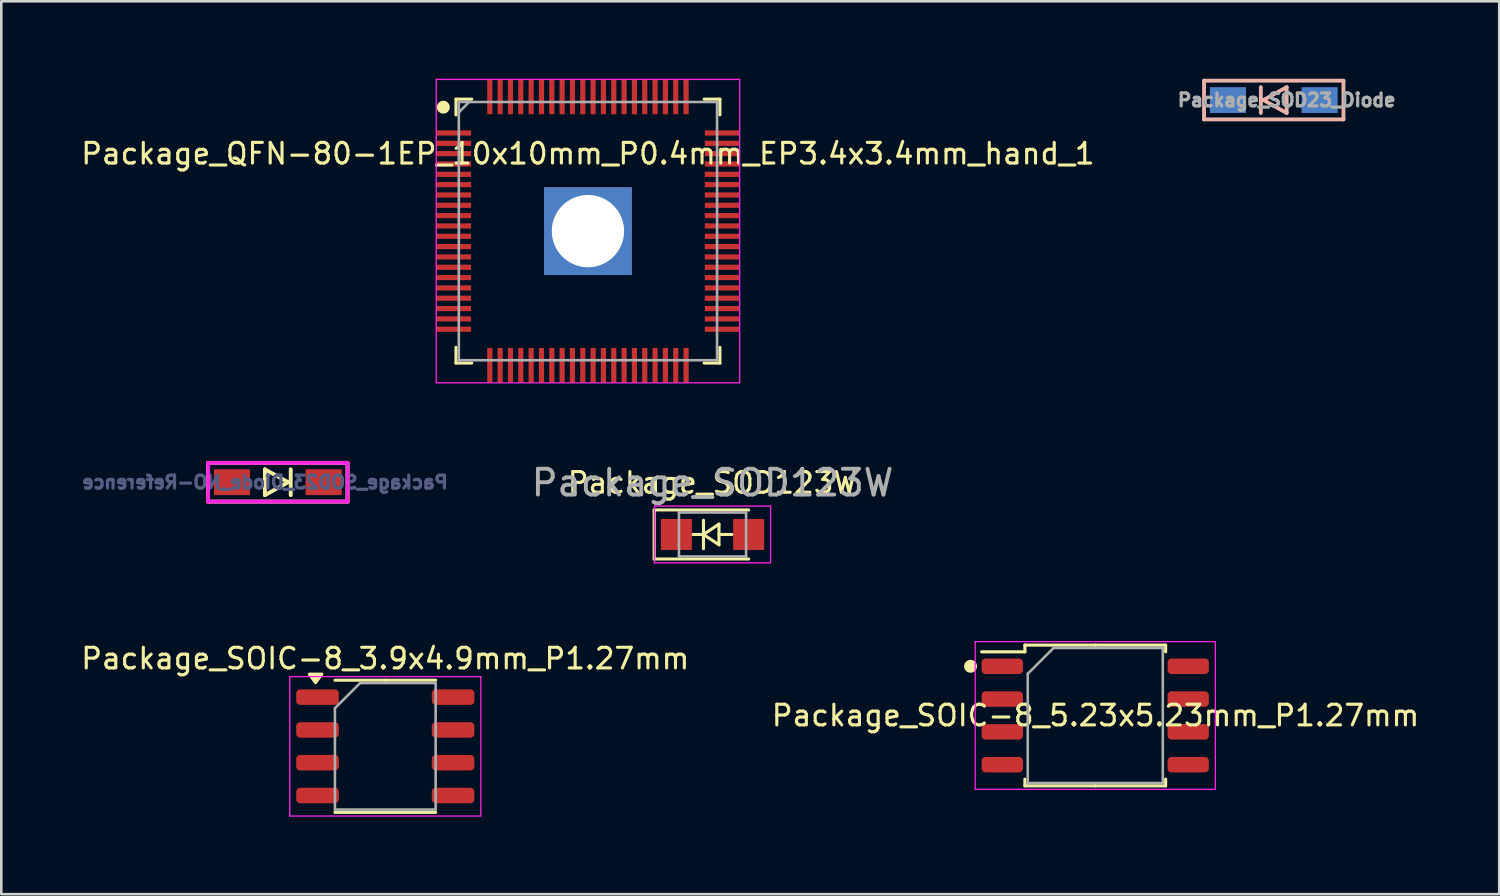
<source format=kicad_pcb>
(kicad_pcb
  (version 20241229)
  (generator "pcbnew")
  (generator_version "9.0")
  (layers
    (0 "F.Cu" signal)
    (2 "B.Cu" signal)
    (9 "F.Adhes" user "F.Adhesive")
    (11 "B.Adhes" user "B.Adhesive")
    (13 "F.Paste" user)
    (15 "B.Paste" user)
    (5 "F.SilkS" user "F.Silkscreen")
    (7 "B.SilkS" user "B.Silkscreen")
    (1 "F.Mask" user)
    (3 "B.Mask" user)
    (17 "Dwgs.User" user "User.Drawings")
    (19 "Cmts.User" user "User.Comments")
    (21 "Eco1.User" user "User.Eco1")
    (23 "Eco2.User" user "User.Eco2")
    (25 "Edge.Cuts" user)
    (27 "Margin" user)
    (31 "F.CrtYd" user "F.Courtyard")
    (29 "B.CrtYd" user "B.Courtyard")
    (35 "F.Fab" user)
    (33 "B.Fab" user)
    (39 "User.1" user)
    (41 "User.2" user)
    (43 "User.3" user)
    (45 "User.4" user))
  (footprint "Package_SOD123W"
    (layer "F.Cu")
    (at 24.543 17.648)
    (property "Reference" "Package_SOD123W" (at 0 -2 0) (layer "F.SilkS") (effects (font (size 0.8 0.8) (thickness 0.12))))
    (attr smd)
    (fp_line (start -2.26 -0.95) (end -2.26 0.95) (stroke (width 0.12) (type solid)) (layer "F.SilkS"))
    (fp_line (start -2.26 -0.95) (end 1.4 -0.95) (stroke (width 0.12) (type solid)) (layer "F.SilkS"))
    (fp_line (start -2.26 0.95) (end 1.4 0.95) (stroke (width 0.12) (type solid)) (layer "F.SilkS"))
    (fp_line (start -0.75 0) (end -0.35 0) (stroke (width 0.12) (type solid)) (layer "F.SilkS"))
    (fp_line (start -0.35 -0.55) (end -0.35 0.55) (stroke (width 0.12) (type solid)) (layer "F.SilkS"))
    (fp_line (start -0.35 0) (end 0.25 -0.4) (stroke (width 0.12) (type solid)) (layer "F.SilkS"))
    (fp_line (start -0.35 0) (end 0.25 0.4) (stroke (width 0.12) (type solid)) (layer "F.SilkS"))
    (fp_line (start 0.25 -0.4) (end 0.25 0.4) (stroke (width 0.12) (type solid)) (layer "F.SilkS"))
    (fp_line (start 0.75 0) (end 0.25 0) (stroke (width 0.12) (type solid)) (layer "F.SilkS"))
    (fp_line (start -2.25 -1.1) (end -2.25 1.1) (stroke (width 0.05) (type solid)) (layer "F.CrtYd"))
    (fp_line (start -2.25 -1.1) (end 2.25 -1.1) (stroke (width 0.05) (type solid)) (layer "F.CrtYd"))
    (fp_line (start 2.25 -1.1) (end 2.25 1.1) (stroke (width 0.05) (type solid)) (layer "F.CrtYd"))
    (fp_line (start 2.25 1.1) (end -2.25 1.1) (stroke (width 0.05) (type solid)) (layer "F.CrtYd"))
    (fp_line (start -1.3 -0.85) (end 1.3 -0.85) (stroke (width 0.1) (type solid)) (layer "F.Fab"))
    (fp_line (start -1.3 0.85) (end -1.3 -0.85) (stroke (width 0.1) (type solid)) (layer "F.Fab"))
    (fp_line (start 1.3 -0.85) (end 1.3 0.85) (stroke (width 0.1) (type solid)) (layer "F.Fab"))
    (fp_line (start 1.3 0.85) (end -1.3 0.85) (stroke (width 0.1) (type solid)) (layer "F.Fab"))
    (fp_text user "${REFERENCE}" (at 0 -2 0) (layer "F.Fab") (effects (font (size 1 1) (thickness 0.15))))
    (pad "1" smd rect (at -1.4 0) (size 1.2 1.2) (layers "F.Cu" "F.Mask" "F.Paste"))
    (pad "2" smd rect (at 1.4 0) (size 1.2 1.2) (layers "F.Cu" "F.Mask" "F.Paste")))
  (footprint "Package_QFN-80-1EP_10x10mm_P0.4mm_EP3.4x3.4mm_hand_1"
    (layer "F.Cu")
    (at 19.719 5.9)
    (property "Reference" "Package_QFN-80-1EP_10x10mm_P0.4mm_EP3.4x3.4mm_hand_1" (at 0 -3 0) (layer "F.SilkS") (effects (font (size 0.8 0.8) (thickness 0.12))))
    (attr smd)
    (fp_line (start -5.11 -5.11) (end -5.11 -4.5) (stroke (width 0.12) (type solid)) (layer "F.SilkS"))
    (fp_line (start -5.11 5.11) (end -5.11 4.5) (stroke (width 0.12) (type solid)) (layer "F.SilkS"))
    (fp_line (start -4.5 -5.11) (end -5.11 -5.11) (stroke (width 0.12) (type solid)) (layer "F.SilkS"))
    (fp_line (start -4.5 5.11) (end -5.11 5.11) (stroke (width 0.12) (type solid)) (layer "F.SilkS"))
    (fp_line (start 4.5 -5.11) (end 5.11 -5.11) (stroke (width 0.12) (type solid)) (layer "F.SilkS"))
    (fp_line (start 4.5 5.11) (end 5.11 5.11) (stroke (width 0.12) (type solid)) (layer "F.SilkS"))
    (fp_line (start 5.11 -5.11) (end 5.11 -4.5) (stroke (width 0.12) (type solid)) (layer "F.SilkS"))
    (fp_line (start 5.11 5.11) (end 5.11 4.5) (stroke (width 0.12) (type solid)) (layer "F.SilkS"))
    (fp_circle (center -5.6 -4.8) (end -5.45 -4.8) (stroke (width 0.2) (type solid)) (fill yes) (layer "F.SilkS"))
    (fp_line (start -5.875 -5.875) (end 5.875 -5.875) (stroke (width 0.05) (type solid)) (layer "F.CrtYd"))
    (fp_line (start -5.875 5.875) (end -5.875 -5.875) (stroke (width 0.05) (type solid)) (layer "F.CrtYd"))
    (fp_line (start 5.875 -5.875) (end 5.875 5.875) (stroke (width 0.05) (type solid)) (layer "F.CrtYd"))
    (fp_line (start 5.875 5.875) (end -5.875 5.875) (stroke (width 0.05) (type solid)) (layer "F.CrtYd"))
    (fp_line (start -5 -5) (end 5 -5) (stroke (width 0.1) (type solid)) (layer "F.Fab"))
    (fp_line (start -5 -4.6) (end -4.6 -5) (stroke (width 0.1) (type solid)) (layer "F.Fab"))
    (fp_line (start -5 5) (end -5 -5) (stroke (width 0.1) (type solid)) (layer "F.Fab"))
    (fp_line (start 5 -5) (end 5 5) (stroke (width 0.1) (type solid)) (layer "F.Fab"))
    (fp_line (start 5 5) (end -5 5) (stroke (width 0.1) (type solid)) (layer "F.Fab"))
    (pad "1" smd rect (at -5.2 -3.8 90) (size 0.2 1.35) (layers "F.Cu" "F.Mask" "F.Paste"))
    (pad "2" smd rect (at -5.2 -3.4 90) (size 0.2 1.35) (layers "F.Cu" "F.Mask" "F.Paste"))
    (pad "3" smd rect (at -5.2 -3 90) (size 0.2 1.35) (layers "F.Cu" "F.Mask" "F.Paste"))
    (pad "4" smd rect (at -5.2 -2.6 90) (size 0.2 1.35) (layers "F.Cu" "F.Mask" "F.Paste"))
    (pad "5" smd rect (at -5.2 -2.2 90) (size 0.2 1.35) (layers "F.Cu" "F.Mask" "F.Paste"))
    (pad "6" smd rect (at -5.2 -1.8 90) (size 0.2 1.35) (layers "F.Cu" "F.Mask" "F.Paste"))
    (pad "7" smd rect (at -5.2 -1.4 90) (size 0.2 1.35) (layers "F.Cu" "F.Mask" "F.Paste"))
    (pad "8" smd rect (at -5.2 -1 90) (size 0.2 1.35) (layers "F.Cu" "F.Mask" "F.Paste"))
    (pad "9" smd rect (at -5.2 -0.6 90) (size 0.2 1.35) (layers "F.Cu" "F.Mask" "F.Paste"))
    (pad "10" smd rect (at -5.2 -0.2 90) (size 0.2 1.35) (layers "F.Cu" "F.Mask" "F.Paste"))
    (pad "11" smd rect (at -5.2 0.2 90) (size 0.2 1.35) (layers "F.Cu" "F.Mask" "F.Paste"))
    (pad "12" smd rect (at -5.2 0.6 90) (size 0.2 1.35) (layers "F.Cu" "F.Mask" "F.Paste"))
    (pad "13" smd rect (at -5.2 1 90) (size 0.2 1.35) (layers "F.Cu" "F.Mask" "F.Paste"))
    (pad "14" smd rect (at -5.2 1.4 90) (size 0.2 1.35) (layers "F.Cu" "F.Mask" "F.Paste"))
    (pad "15" smd rect (at -5.2 1.8 90) (size 0.2 1.35) (layers "F.Cu" "F.Mask" "F.Paste"))
    (pad "16" smd rect (at -5.2 2.2 90) (size 0.2 1.35) (layers "F.Cu" "F.Mask" "F.Paste"))
    (pad "17" smd rect (at -5.2 2.6 270) (size 0.2 1.35) (layers "F.Cu" "F.Mask" "F.Paste"))
    (pad "18" smd rect (at -5.2 3 270) (size 0.2 1.35) (layers "F.Cu" "F.Mask" "F.Paste"))
    (pad "19" smd rect (at -5.2 3.4 270) (size 0.2 1.35) (layers "F.Cu" "F.Mask" "F.Paste"))
    (pad "20" smd rect (at -5.2 3.8 270) (size 0.2 1.35) (layers "F.Cu" "F.Mask" "F.Paste"))
    (pad "21" smd rect (at -3.8 5.2) (size 0.2 1.35) (layers "F.Cu" "F.Mask" "F.Paste"))
    (pad "22" smd rect (at -3.4 5.2) (size 0.2 1.35) (layers "F.Cu" "F.Mask" "F.Paste"))
    (pad "23" smd rect (at -3 5.2) (size 0.2 1.35) (layers "F.Cu" "F.Mask" "F.Paste"))
    (pad "24" smd rect (at -2.6 5.2) (size 0.2 1.35) (layers "F.Cu" "F.Mask" "F.Paste"))
    (pad "25" smd rect (at -2.2 5.2) (size 0.2 1.35) (layers "F.Cu" "F.Mask" "F.Paste"))
    (pad "26" smd rect (at -1.8 5.2) (size 0.2 1.35) (layers "F.Cu" "F.Mask" "F.Paste"))
    (pad "27" smd rect (at -1.4 5.2) (size 0.2 1.35) (layers "F.Cu" "F.Mask" "F.Paste"))
    (pad "28" smd rect (at -1 5.2) (size 0.2 1.35) (layers "F.Cu" "F.Mask" "F.Paste"))
    (pad "29" smd rect (at -0.6 5.2 180) (size 0.2 1.35) (layers "F.Cu" "F.Mask" "F.Paste"))
    (pad "30" smd rect (at -0.2 5.2 180) (size 0.2 1.35) (layers "F.Cu" "F.Mask" "F.Paste"))
    (pad "31" smd rect (at 0.2 5.2) (size 0.2 1.35) (layers "F.Cu" "F.Mask" "F.Paste"))
    (pad "32" smd rect (at 0.6 5.2) (size 0.2 1.35) (layers "F.Cu" "F.Mask" "F.Paste"))
    (pad "33" smd rect (at 1 5.2) (size 0.2 1.35) (layers "F.Cu" "F.Mask" "F.Paste"))
    (pad "34" smd rect (at 1.4 5.2) (size 0.2 1.35) (layers "F.Cu" "F.Mask" "F.Paste"))
    (pad "35" smd rect (at 1.8 5.2) (size 0.2 1.35) (layers "F.Cu" "F.Mask" "F.Paste"))
    (pad "36" smd rect (at 2.2 5.2) (size 0.2 1.35) (layers "F.Cu" "F.Mask" "F.Paste"))
    (pad "37" smd rect (at 2.6 5.2) (size 0.2 1.35) (layers "F.Cu" "F.Mask" "F.Paste"))
    (pad "38" smd rect (at 3 5.2) (size 0.2 1.35) (layers "F.Cu" "F.Mask" "F.Paste"))
    (pad "39" smd rect (at 3.4 5.2) (size 0.2 1.35) (layers "F.Cu" "F.Mask" "F.Paste"))
    (pad "40" smd rect (at 3.8 5.2) (size 0.2 1.35) (layers "F.Cu" "F.Mask" "F.Paste"))
    (pad "41" smd rect (at 5.2 3.8 90) (size 0.2 1.35) (layers "F.Cu" "F.Mask" "F.Paste"))
    (pad "42" smd rect (at 5.2 3.4 90) (size 0.2 1.35) (layers "F.Cu" "F.Mask" "F.Paste"))
    (pad "43" smd rect (at 5.2 3 90) (size 0.2 1.35) (layers "F.Cu" "F.Mask" "F.Paste"))
    (pad "44" smd rect (at 5.2 2.6 90) (size 0.2 1.35) (layers "F.Cu" "F.Mask" "F.Paste"))
    (pad "45" smd rect (at 5.2 2.2 90) (size 0.2 1.35) (layers "F.Cu" "F.Mask" "F.Paste"))
    (pad "46" smd rect (at 5.2 1.8 270) (size 0.2 1.35) (layers "F.Cu" "F.Mask" "F.Paste"))
    (pad "47" smd rect (at 5.2 1.4 270) (size 0.2 1.35) (layers "F.Cu" "F.Mask" "F.Paste"))
    (pad "48" smd rect (at 5.2 1 270) (size 0.2 1.35) (layers "F.Cu" "F.Mask" "F.Paste"))
    (pad "49" smd rect (at 5.2 0.6 270) (size 0.2 1.35) (layers "F.Cu" "F.Mask" "F.Paste"))
    (pad "50" smd rect (at 5.2 0.2 270) (size 0.2 1.35) (layers "F.Cu" "F.Mask" "F.Paste"))
    (pad "51" smd rect (at 5.2 -0.2 270) (size 0.2 1.35) (layers "F.Cu" "F.Mask" "F.Paste"))
    (pad "52" smd rect (at 5.2 -0.6 270) (size 0.2 1.35) (layers "F.Cu" "F.Mask" "F.Paste"))
    (pad "53" smd rect (at 5.2 -1 270) (size 0.2 1.35) (layers "F.Cu" "F.Mask" "F.Paste"))
    (pad "54" smd rect (at 5.2 -1.4 270) (size 0.2 1.35) (layers "F.Cu" "F.Mask" "F.Paste"))
    (pad "55" smd rect (at 5.2 -1.8 270) (size 0.2 1.35) (layers "F.Cu" "F.Mask" "F.Paste"))
    (pad "56" smd rect (at 5.2 -2.2 270) (size 0.2 1.35) (layers "F.Cu" "F.Mask" "F.Paste"))
    (pad "57" thru_hole rect (at 0 0) (size 3.4 3.4) (drill 2.8) (layers "*.Cu" "*.Mask"))
    (pad "57" smd rect (at 5.2 -2.6 270) (size 0.2 1.35) (layers "F.Cu" "F.Mask" "F.Paste"))
    (pad "58" smd rect (at 5.2 -3 270) (size 0.2 1.35) (layers "F.Cu" "F.Mask" "F.Paste"))
    (pad "59" smd rect (at 5.2 -3.4 270) (size 0.2 1.35) (layers "F.Cu" "F.Mask" "F.Paste"))
    (pad "60" smd rect (at 5.2 -3.8 270) (size 0.2 1.35) (layers "F.Cu" "F.Mask" "F.Paste"))
    (pad "61" smd rect (at 3.8 -5.2) (size 0.2 1.35) (layers "F.Cu" "F.Mask" "F.Paste"))
    (pad "62" smd rect (at 3.4 -5.2) (size 0.2 1.35) (layers "F.Cu" "F.Mask" "F.Paste"))
    (pad "63" smd rect (at 3 -5.2) (size 0.2 1.35) (layers "F.Cu" "F.Mask" "F.Paste"))
    (pad "64" smd rect (at 2.6 -5.2) (size 0.2 1.35) (layers "F.Cu" "F.Mask" "F.Paste"))
    (pad "65" smd rect (at 2.2 -5.2) (size 0.2 1.35) (layers "F.Cu" "F.Mask" "F.Paste"))
    (pad "66" smd rect (at 1.8 -5.2) (size 0.2 1.35) (layers "F.Cu" "F.Mask" "F.Paste"))
    (pad "67" smd rect (at 1.4 -5.2) (size 0.2 1.35) (layers "F.Cu" "F.Mask" "F.Paste"))
    (pad "68" smd rect (at 1 -5.2) (size 0.2 1.35) (layers "F.Cu" "F.Mask" "F.Paste"))
    (pad "69" smd rect (at 0.6 -5.2) (size 0.2 1.35) (layers "F.Cu" "F.Mask" "F.Paste"))
    (pad "70" smd rect (at 0.2 -5.2) (size 0.2 1.35) (layers "F.Cu" "F.Mask" "F.Paste"))
    (pad "71" smd rect (at -0.2 -5.2) (size 0.2 1.35) (layers "F.Cu" "F.Mask" "F.Paste"))
    (pad "72" smd rect (at -0.6 -5.2) (size 0.2 1.35) (layers "F.Cu" "F.Mask" "F.Paste"))
    (pad "73" smd rect (at -1 -5.2) (size 0.2 1.35) (layers "F.Cu" "F.Mask" "F.Paste"))
    (pad "74" smd rect (at -1.4 -5.2) (size 0.2 1.35) (layers "F.Cu" "F.Mask" "F.Paste"))
    (pad "75" smd rect (at -1.8 -5.2) (size 0.2 1.35) (layers "F.Cu" "F.Mask" "F.Paste"))
    (pad "76" smd rect (at -2.2 -5.2) (size 0.2 1.35) (layers "F.Cu" "F.Mask" "F.Paste"))
    (pad "77" smd rect (at -2.6 -5.2) (size 0.2 1.35) (layers "F.Cu" "F.Mask" "F.Paste"))
    (pad "78" smd rect (at -3 -5.2) (size 0.2 1.35) (layers "F.Cu" "F.Mask" "F.Paste"))
    (pad "79" smd rect (at -3.4 -5.2) (size 0.2 1.35) (layers "F.Cu" "F.Mask" "F.Paste"))
    (pad "80" smd rect (at -3.8 -5.2) (size 0.2 1.35) (layers "F.Cu" "F.Mask" "F.Paste")))
  (footprint "Package_SOD23_Diode"
    (layer "F.Cu")
    (at 46.278 0.825)
    (property "Reference" "Package_SOD23_Diode" (at 0.5 0 0) (layer "F.Fab") (effects (font (size 0.5 0.5) (thickness 0.125))))
    (attr through_hole)
    (fp_line (start -2.7 -0.75) (end -2.7 0.75) (stroke (width 0.15) (type solid)) (layer "B.SilkS"))
    (fp_line (start -2.7 0.75) (end 2.7 0.75) (stroke (width 0.15) (type solid)) (layer "B.SilkS"))
    (fp_line (start -0.5 -0.5) (end -0.5 0.5) (stroke (width 0.15) (type solid)) (layer "B.SilkS"))
    (fp_line (start -0.4 0) (end 0.5 -0.5) (stroke (width 0.15) (type solid)) (layer "B.SilkS"))
    (fp_line (start 0.5 -0.5) (end 0.5 0.5) (stroke (width 0.15) (type solid)) (layer "B.SilkS"))
    (fp_line (start 0.5 0.5) (end -0.4 0) (stroke (width 0.15) (type solid)) (layer "B.SilkS"))
    (fp_line (start 2.7 -0.75) (end -2.7 -0.75) (stroke (width 0.15) (type solid)) (layer "B.SilkS"))
    (fp_line (start 2.7 -0.75) (end 2.7 0.75) (stroke (width 0.15) (type solid)) (layer "B.SilkS"))
    (pad "1" smd rect (at -1.775 0) (size 1.4 1) (layers "B.Cu" "B.Mask" "B.Paste"))
    (pad "2" smd rect (at 1.775 0) (size 1.4 1) (layers "B.Cu" "B.Mask" "B.Paste")))
  (footprint "Package_SOIC-8_5.23x5.23mm_P1.27mm"
    (layer "F.Cu")
    (at 39.366 24.658)
    (property "Reference" "Package_SOIC-8_5.23x5.23mm_P1.27mm" (at 0.01 0 0) (layer "F.SilkS") (effects (font (size 0.8 0.8) (thickness 0.12))))
    (attr smd)
    (fp_line (start -2.725 -2.725) (end -2.725 -2.465) (stroke (width 0.12) (type solid)) (layer "F.SilkS"))
    (fp_line (start -2.725 -2.465) (end -4.4 -2.465) (stroke (width 0.12) (type solid)) (layer "F.SilkS"))
    (fp_line (start -2.725 2.725) (end -2.725 2.465) (stroke (width 0.12) (type solid)) (layer "F.SilkS"))
    (fp_line (start 0 -2.725) (end -2.725 -2.725) (stroke (width 0.12) (type solid)) (layer "F.SilkS"))
    (fp_line (start 0 -2.725) (end 2.725 -2.725) (stroke (width 0.12) (type solid)) (layer "F.SilkS"))
    (fp_line (start 0 2.725) (end -2.725 2.725) (stroke (width 0.12) (type solid)) (layer "F.SilkS"))
    (fp_line (start 0 2.725) (end 2.725 2.725) (stroke (width 0.12) (type solid)) (layer "F.SilkS"))
    (fp_line (start 2.725 -2.725) (end 2.725 -2.465) (stroke (width 0.12) (type solid)) (layer "F.SilkS"))
    (fp_line (start 2.725 2.725) (end 2.725 2.465) (stroke (width 0.12) (type solid)) (layer "F.SilkS"))
    (fp_circle (center -4.83 -1.905) (end -4.68 -1.905) (stroke (width 0.2) (type solid)) (fill yes) (layer "F.SilkS"))
    (fp_line (start -4.65 -2.86) (end -4.65 2.86) (stroke (width 0.05) (type solid)) (layer "F.CrtYd"))
    (fp_line (start -4.65 2.86) (end 4.65 2.86) (stroke (width 0.05) (type solid)) (layer "F.CrtYd"))
    (fp_line (start 4.65 -2.86) (end -4.65 -2.86) (stroke (width 0.05) (type solid)) (layer "F.CrtYd"))
    (fp_line (start 4.65 2.86) (end 4.65 -2.86) (stroke (width 0.05) (type solid)) (layer "F.CrtYd"))
    (fp_line (start -2.615 -1.615) (end -1.615 -2.615) (stroke (width 0.1) (type solid)) (layer "F.Fab"))
    (fp_line (start -2.615 2.615) (end -2.615 -1.615) (stroke (width 0.1) (type solid)) (layer "F.Fab"))
    (fp_line (start -1.615 -2.615) (end 2.615 -2.615) (stroke (width 0.1) (type solid)) (layer "F.Fab"))
    (fp_line (start 2.615 -2.615) (end 2.615 2.615) (stroke (width 0.1) (type solid)) (layer "F.Fab"))
    (fp_line (start 2.615 2.615) (end -2.615 2.615) (stroke (width 0.1) (type solid)) (layer "F.Fab"))
    (pad "1" smd roundrect (at -3.6 -1.905) (size 1.6 0.6) (layers "F.Cu" "F.Mask" "F.Paste") (roundrect_rratio 0.25))
    (pad "2" smd roundrect (at -3.6 -0.635) (size 1.6 0.6) (layers "F.Cu" "F.Mask" "F.Paste") (roundrect_rratio 0.25))
    (pad "3" smd roundrect (at -3.6 0.635) (size 1.6 0.6) (layers "F.Cu" "F.Mask" "F.Paste") (roundrect_rratio 0.25))
    (pad "4" smd roundrect (at -3.6 1.905) (size 1.6 0.6) (layers "F.Cu" "F.Mask" "F.Paste") (roundrect_rratio 0.25))
    (pad "5" smd roundrect (at 3.6 1.905) (size 1.6 0.6) (layers "F.Cu" "F.Mask" "F.Paste") (roundrect_rratio 0.25))
    (pad "6" smd roundrect (at 3.6 0.635) (size 1.6 0.6) (layers "F.Cu" "F.Mask" "F.Paste") (roundrect_rratio 0.25))
    (pad "7" smd roundrect (at 3.6 -0.635) (size 1.6 0.6) (layers "F.Cu" "F.Mask" "F.Paste") (roundrect_rratio 0.25))
    (pad "8" smd roundrect (at 3.6 -1.905) (size 1.6 0.6) (layers "F.Cu" "F.Mask" "F.Paste") (roundrect_rratio 0.25)))
  (footprint "Package_SOIC-8_3.9x4.9mm_P1.27mm"
    (layer "F.Cu")
    (at 11.871 25.852)
    (property "Reference" "Package_SOIC-8_3.9x4.9mm_P1.27mm" (at 0 -3.4 0) (layer "F.SilkS") (effects (font (size 0.8 0.8) (thickness 0.12))))
    (attr smd)
    (fp_line (start 0 -2.56) (end -1.95 -2.56) (stroke (width 0.12) (type solid)) (layer "F.SilkS"))
    (fp_line (start 0 -2.56) (end 1.95 -2.56) (stroke (width 0.12) (type solid)) (layer "F.SilkS"))
    (fp_line (start 0 2.56) (end -1.95 2.56) (stroke (width 0.12) (type solid)) (layer "F.SilkS"))
    (fp_line (start 0 2.56) (end 1.95 2.56) (stroke (width 0.12) (type solid)) (layer "F.SilkS"))
    (fp_poly (pts (xy -2.7 -2.465) (xy -2.94 -2.795) (xy -2.46 -2.795) (xy -2.7 -2.465)) (stroke (width 0.12) (type solid)) (fill yes) (layer "F.SilkS"))
    (fp_line (start -3.7 -2.7) (end -3.7 2.7) (stroke (width 0.05) (type solid)) (layer "F.CrtYd"))
    (fp_line (start -3.7 2.7) (end 3.7 2.7) (stroke (width 0.05) (type solid)) (layer "F.CrtYd"))
    (fp_line (start 3.7 -2.7) (end -3.7 -2.7) (stroke (width 0.05) (type solid)) (layer "F.CrtYd"))
    (fp_line (start 3.7 2.7) (end 3.7 -2.7) (stroke (width 0.05) (type solid)) (layer "F.CrtYd"))
    (fp_line (start -1.95 -1.475) (end -0.975 -2.45) (stroke (width 0.1) (type solid)) (layer "F.Fab"))
    (fp_line (start -1.95 2.45) (end -1.95 -1.475) (stroke (width 0.1) (type solid)) (layer "F.Fab"))
    (fp_line (start -0.975 -2.45) (end 1.95 -2.45) (stroke (width 0.1) (type solid)) (layer "F.Fab"))
    (fp_line (start 1.95 -2.45) (end 1.95 2.45) (stroke (width 0.1) (type solid)) (layer "F.Fab"))
    (fp_line (start 1.95 2.45) (end -1.95 2.45) (stroke (width 0.1) (type solid)) (layer "F.Fab"))
    (pad "1" smd roundrect (at -2.625 -1.905) (size 1.65 0.6) (layers "F.Cu" "F.Mask" "F.Paste") (roundrect_rratio 0.25))
    (pad "2" smd roundrect (at -2.625 -0.635) (size 1.65 0.6) (layers "F.Cu" "F.Mask" "F.Paste") (roundrect_rratio 0.25))
    (pad "3" smd roundrect (at -2.625 0.635) (size 1.65 0.6) (layers "F.Cu" "F.Mask" "F.Paste") (roundrect_rratio 0.25))
    (pad "4" smd roundrect (at -2.625 1.905) (size 1.65 0.6) (layers "F.Cu" "F.Mask" "F.Paste") (roundrect_rratio 0.25))
    (pad "5" smd roundrect (at 2.625 1.905) (size 1.65 0.6) (layers "F.Cu" "F.Mask" "F.Paste") (roundrect_rratio 0.25))
    (pad "6" smd roundrect (at 2.625 0.635) (size 1.65 0.6) (layers "F.Cu" "F.Mask" "F.Paste") (roundrect_rratio 0.25))
    (pad "7" smd roundrect (at 2.625 -0.635) (size 1.65 0.6) (layers "F.Cu" "F.Mask" "F.Paste") (roundrect_rratio 0.25))
    (pad "8" smd roundrect (at 2.625 -1.905) (size 1.65 0.6) (layers "F.Cu" "F.Mask" "F.Paste") (roundrect_rratio 0.25)))
  (footprint "Package_SOD23_Diode_NO-Reference"
    (layer "F.Cu")
    (at 7.709 15.625)
    (property "Reference" "Package_SOD23_Diode_NO-Reference" (at -0.5 0 0) (layer "B.Fab") (effects (font (size 0.5 0.5) (thickness 0.125)) (justify mirror)))
    (attr through_hole)
    (fp_line (start -2.7 0.75) (end -2.7 -0.75) (stroke (width 0.15) (type solid)) (layer "F.SilkS"))
    (fp_line (start -2.7 0.75) (end 2.7 0.75) (stroke (width 0.15) (type solid)) (layer "F.SilkS"))
    (fp_line (start -0.5 -0.5) (end 0.4 0) (stroke (width 0.15) (type solid)) (layer "F.SilkS"))
    (fp_line (start -0.5 0.5) (end -0.5 -0.5) (stroke (width 0.15) (type solid)) (layer "F.SilkS"))
    (fp_line (start 0.4 0) (end -0.5 0.5) (stroke (width 0.15) (type solid)) (layer "F.SilkS"))
    (fp_line (start 0.5 0.5) (end 0.5 -0.5) (stroke (width 0.15) (type solid)) (layer "F.SilkS"))
    (fp_line (start 2.7 -0.75) (end -2.7 -0.75) (stroke (width 0.15) (type solid)) (layer "F.SilkS"))
    (fp_line (start 2.7 0.75) (end 2.7 -0.75) (stroke (width 0.15) (type solid)) (layer "F.SilkS"))
    (fp_line (start -2.7 0.75) (end -2.7 -0.75) (stroke (width 0.15) (type solid)) (layer "F.CrtYd"))
    (fp_line (start -2.7 0.75) (end 2.7 0.75) (stroke (width 0.15) (type solid)) (layer "F.CrtYd"))
    (fp_line (start 2.7 -0.75) (end -2.7 -0.75) (stroke (width 0.15) (type solid)) (layer "F.CrtYd"))
    (fp_line (start 2.7 0.75) (end 2.7 -0.75) (stroke (width 0.15) (type solid)) (layer "F.CrtYd"))
    (pad "1" smd rect (at 1.775 0) (size 1.4 1) (layers "F.Cu" "F.Mask" "F.Paste"))
    (pad "2" smd rect (at -1.775 0) (size 1.4 1) (layers "F.Cu" "F.Mask" "F.Paste")))
  (gr_rect
    (start -3 -3)
    (end 55.01 31.577)
    (stroke (width 0.1) (type default))
    (fill no)
    (layer "Edge.Cuts")))
</source>
